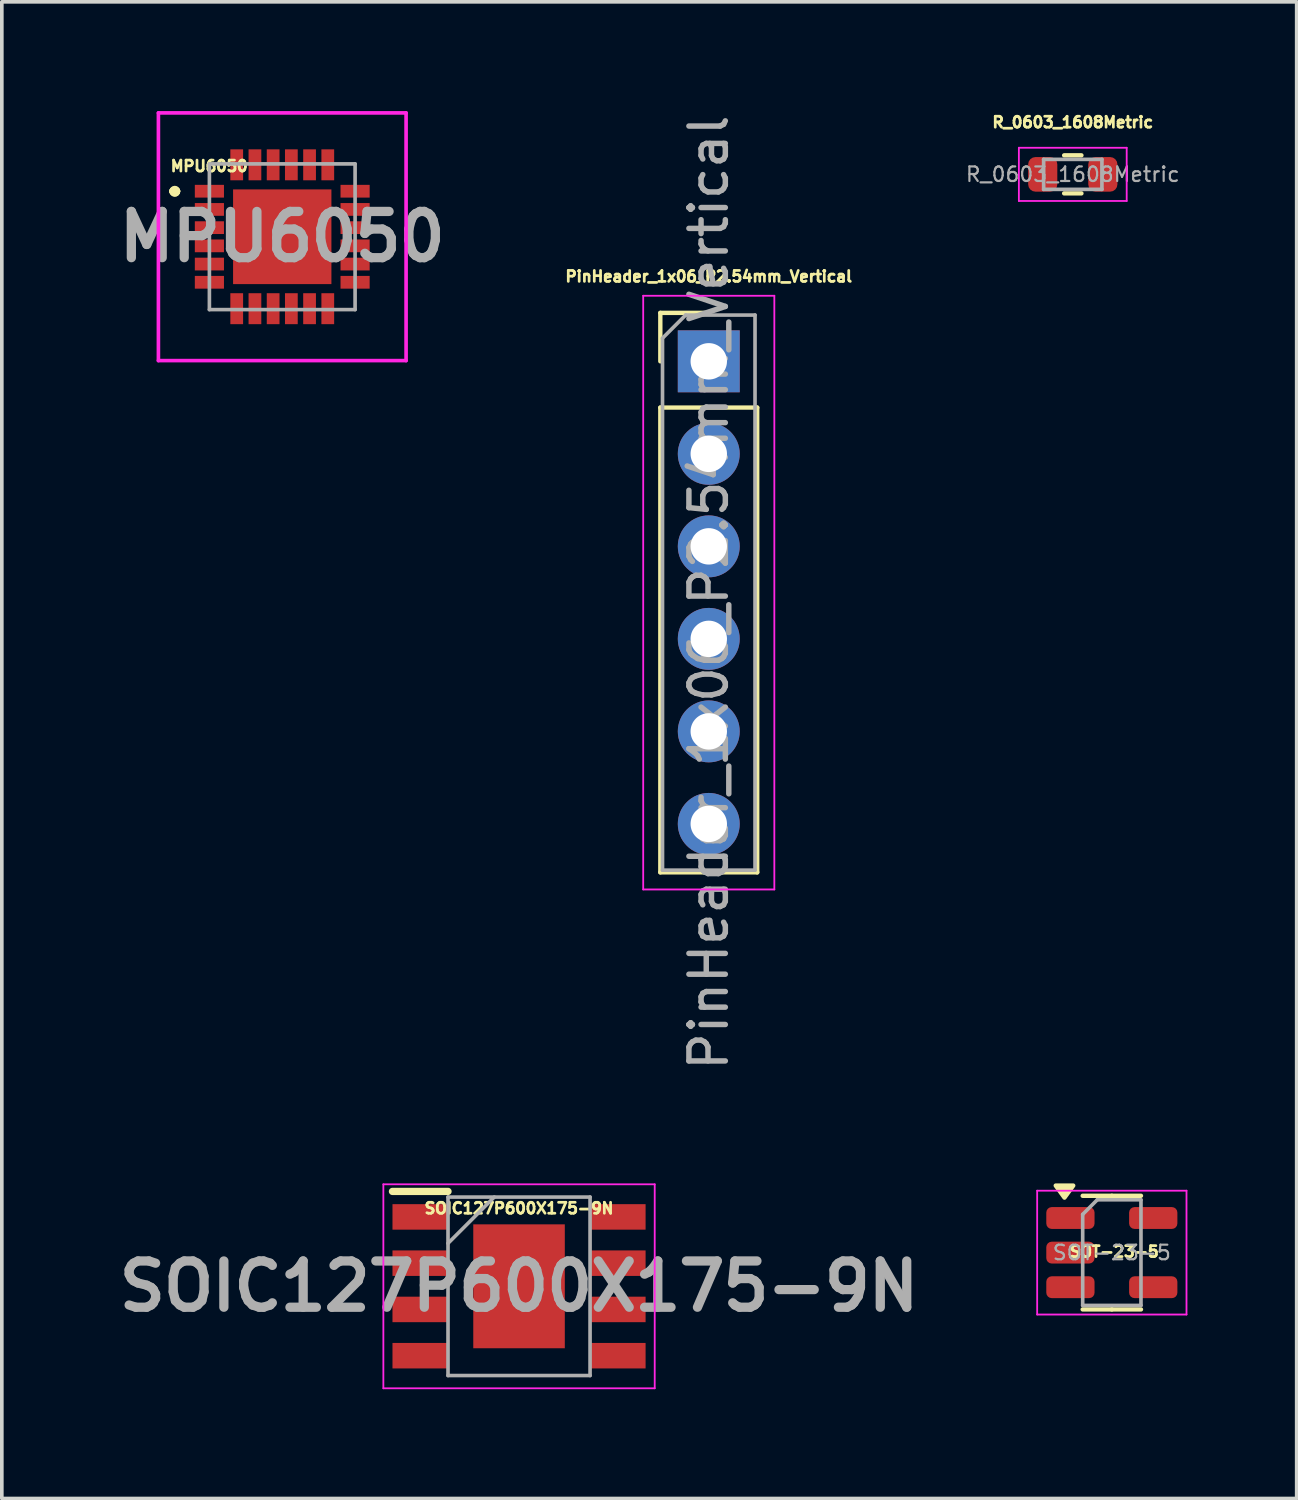
<source format=kicad_pcb>
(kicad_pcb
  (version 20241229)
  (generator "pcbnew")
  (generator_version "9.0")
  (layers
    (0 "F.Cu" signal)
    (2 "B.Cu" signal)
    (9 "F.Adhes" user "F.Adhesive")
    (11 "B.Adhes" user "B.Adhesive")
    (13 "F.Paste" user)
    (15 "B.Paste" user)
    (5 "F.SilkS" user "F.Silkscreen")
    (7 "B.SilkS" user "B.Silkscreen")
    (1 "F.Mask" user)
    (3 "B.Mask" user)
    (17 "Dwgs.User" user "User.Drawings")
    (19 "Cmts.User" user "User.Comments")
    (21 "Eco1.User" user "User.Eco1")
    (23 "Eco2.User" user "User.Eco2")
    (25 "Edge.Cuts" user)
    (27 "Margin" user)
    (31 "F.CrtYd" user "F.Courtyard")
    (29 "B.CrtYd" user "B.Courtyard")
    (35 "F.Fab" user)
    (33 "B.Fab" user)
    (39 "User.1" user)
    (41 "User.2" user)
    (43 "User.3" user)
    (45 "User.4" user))
  (footprint "SOIC127P600X175-9N"
    (layer "F.Cu")
    (at 11.2 32.265)
    (property "Reference" "SOIC127P600X175-9N" (at -0.001 -2.141 180) (layer "F.SilkS") (effects (font (size 0.3 0.3) (thickness 0.075))))
    (attr smd)
    (fp_line (start -3.475 -2.605) (end -1.95 -2.605) (stroke (width 0.2) (type solid)) (layer "F.SilkS"))
    (fp_line (start -3.725 -2.8) (end 3.725 -2.8) (stroke (width 0.05) (type solid)) (layer "F.CrtYd"))
    (fp_line (start -3.725 2.8) (end -3.725 -2.8) (stroke (width 0.05) (type solid)) (layer "F.CrtYd"))
    (fp_line (start 3.725 -2.8) (end 3.725 2.8) (stroke (width 0.05) (type solid)) (layer "F.CrtYd"))
    (fp_line (start 3.725 2.8) (end -3.725 2.8) (stroke (width 0.05) (type solid)) (layer "F.CrtYd"))
    (fp_line (start -1.95 -2.45) (end 1.95 -2.45) (stroke (width 0.1) (type solid)) (layer "F.Fab"))
    (fp_line (start -1.95 -1.18) (end -0.68 -2.45) (stroke (width 0.1) (type solid)) (layer "F.Fab"))
    (fp_line (start -1.95 2.45) (end -1.95 -2.45) (stroke (width 0.1) (type solid)) (layer "F.Fab"))
    (fp_line (start 1.95 -2.45) (end 1.95 2.45) (stroke (width 0.1) (type solid)) (layer "F.Fab"))
    (fp_line (start 1.95 2.45) (end -1.95 2.45) (stroke (width 0.1) (type solid)) (layer "F.Fab"))
    (fp_text user "${REFERENCE}" (at 0 0 180) (layer "F.Fab") (effects (font (size 1.27 1.27) (thickness 0.254))))
    (pad "1" smd rect (at -2.712 -1.905 90) (size 0.7 1.525) (layers "F.Cu" "F.Mask" "F.Paste"))
    (pad "2" smd rect (at -2.712 -0.635 90) (size 0.7 1.525) (layers "F.Cu" "F.Mask" "F.Paste"))
    (pad "3" smd rect (at -2.712 0.635 90) (size 0.7 1.525) (layers "F.Cu" "F.Mask" "F.Paste"))
    (pad "4" smd rect (at -2.712 1.905 90) (size 0.7 1.525) (layers "F.Cu" "F.Mask" "F.Paste"))
    (pad "5" smd rect (at 2.712 1.905 90) (size 0.7 1.525) (layers "F.Cu" "F.Mask" "F.Paste"))
    (pad "6" smd rect (at 2.712 0.635 90) (size 0.7 1.525) (layers "F.Cu" "F.Mask" "F.Paste"))
    (pad "7" smd rect (at 2.712 -0.635 90) (size 0.7 1.525) (layers "F.Cu" "F.Mask" "F.Paste"))
    (pad "8" smd rect (at 2.712 -1.905 90) (size 0.7 1.525) (layers "F.Cu" "F.Mask" "F.Paste"))
    (pad "9" smd rect (at 0 0) (size 2.513 3.402) (layers "F.Cu" "F.Mask" "F.Paste")))
  (footprint "PinHeader_1x06_P2.54mm_Vertical"
    (layer "F.Cu")
    (at 16.409 6.87)
    (property "Reference" "PinHeader_1x06_P2.54mm_Vertical" (at 0 -2.33 0) (layer "F.SilkS") (effects (font (size 0.3 0.3) (thickness 0.075))))
    (attr through_hole exclude_from_bom)
    (fp_line (start -1.33 -1.33) (end 0 -1.33) (stroke (width 0.12) (type solid)) (layer "F.SilkS"))
    (fp_line (start -1.33 0) (end -1.33 -1.33) (stroke (width 0.12) (type solid)) (layer "F.SilkS"))
    (fp_line (start -1.33 1.27) (end -1.33 14.03) (stroke (width 0.12) (type solid)) (layer "F.SilkS"))
    (fp_line (start -1.33 1.27) (end 1.33 1.27) (stroke (width 0.12) (type solid)) (layer "F.SilkS"))
    (fp_line (start -1.33 14.03) (end 1.33 14.03) (stroke (width 0.12) (type solid)) (layer "F.SilkS"))
    (fp_line (start 1.33 1.27) (end 1.33 14.03) (stroke (width 0.12) (type solid)) (layer "F.SilkS"))
    (fp_line (start -1.8 -1.8) (end -1.8 14.5) (stroke (width 0.05) (type solid)) (layer "F.CrtYd"))
    (fp_line (start -1.8 14.5) (end 1.8 14.5) (stroke (width 0.05) (type solid)) (layer "F.CrtYd"))
    (fp_line (start 1.8 -1.8) (end -1.8 -1.8) (stroke (width 0.05) (type solid)) (layer "F.CrtYd"))
    (fp_line (start 1.8 14.5) (end 1.8 -1.8) (stroke (width 0.05) (type solid)) (layer "F.CrtYd"))
    (fp_line (start -1.27 -0.635) (end -0.635 -1.27) (stroke (width 0.1) (type solid)) (layer "F.Fab"))
    (fp_line (start -1.27 13.97) (end -1.27 -0.635) (stroke (width 0.1) (type solid)) (layer "F.Fab"))
    (fp_line (start -0.635 -1.27) (end 1.27 -1.27) (stroke (width 0.1) (type solid)) (layer "F.Fab"))
    (fp_line (start 1.27 -1.27) (end 1.27 13.97) (stroke (width 0.1) (type solid)) (layer "F.Fab"))
    (fp_line (start 1.27 13.97) (end -1.27 13.97) (stroke (width 0.1) (type solid)) (layer "F.Fab"))
    (fp_text user "${REFERENCE}" (at 0 6.35 90) (layer "F.Fab") (effects (font (size 1 1) (thickness 0.15))))
    (pad "1" thru_hole rect (at 0 0) (size 1.7 1.7) (drill 1) (layers "*.Cu" "*.Mask"))
    (pad "2" thru_hole oval (at 0 2.54) (size 1.7 1.7) (drill 1) (layers "*.Cu" "*.Mask"))
    (pad "3" thru_hole oval (at 0 5.08) (size 1.7 1.7) (drill 1) (layers "*.Cu" "*.Mask"))
    (pad "4" thru_hole oval (at 0 7.62) (size 1.7 1.7) (drill 1) (layers "*.Cu" "*.Mask"))
    (pad "5" thru_hole oval (at 0 10.16) (size 1.7 1.7) (drill 1) (layers "*.Cu" "*.Mask"))
    (pad "6" thru_hole oval (at 0 12.7) (size 1.7 1.7) (drill 1) (layers "*.Cu" "*.Mask")))
  (footprint "MPU6050"
    (layer "F.Cu")
    (at 4.699 3.45)
    (property "Reference" "MPU6050" (at -2.005 -1.939 0) (layer "F.SilkS") (effects (font (size 0.3 0.3) (thickness 0.075))))
    (attr smd)
    (fp_line (start -3 -1.25) (end -3 -1.25) (stroke (width 0.2) (type solid)) (layer "F.SilkS"))
    (fp_line (start -3 -1.25) (end -3 -1.25) (stroke (width 0.2) (type solid)) (layer "F.SilkS"))
    (fp_line (start -2.9 -1.25) (end -2.9 -1.25) (stroke (width 0.2) (type solid)) (layer "F.SilkS"))
    (fp_arc (start -3 -1.25) (mid -2.95 -1.3) (end -2.9 -1.25) (stroke (width 0.2) (type solid)) (layer "F.SilkS"))
    (fp_arc (start -2.9 -1.25) (mid -2.95 -1.2) (end -3 -1.25) (stroke (width 0.2) (type solid)) (layer "F.SilkS"))
    (fp_arc (start -2.9 -1.25) (mid -2.95 -1.2) (end -3 -1.25) (stroke (width 0.2) (type solid)) (layer "F.SilkS"))
    (fp_line (start -3.4 -3.4) (end 3.4 -3.4) (stroke (width 0.1) (type solid)) (layer "F.CrtYd"))
    (fp_line (start -3.4 3.4) (end -3.4 -3.4) (stroke (width 0.1) (type solid)) (layer "F.CrtYd"))
    (fp_line (start 3.4 -3.4) (end 3.4 3.4) (stroke (width 0.1) (type solid)) (layer "F.CrtYd"))
    (fp_line (start 3.4 3.4) (end -3.4 3.4) (stroke (width 0.1) (type solid)) (layer "F.CrtYd"))
    (fp_line (start -2 -2) (end 2 -2) (stroke (width 0.1) (type solid)) (layer "F.Fab"))
    (fp_line (start -2 2) (end -2 -2) (stroke (width 0.1) (type solid)) (layer "F.Fab"))
    (fp_line (start 2 -2) (end 2 2) (stroke (width 0.1) (type solid)) (layer "F.Fab"))
    (fp_line (start 2 2) (end -2 2) (stroke (width 0.1) (type solid)) (layer "F.Fab"))
    (fp_text user "${REFERENCE}" (at 0 0 0) (layer "F.Fab") (effects (font (size 1.27 1.27) (thickness 0.254))))
    (pad "1" smd rect (at -2 -1.25 90) (size 0.35 0.8) (layers "F.Cu" "F.Mask" "F.Paste"))
    (pad "2" smd rect (at -2 -0.75 90) (size 0.35 0.8) (layers "F.Cu" "F.Mask" "F.Paste"))
    (pad "3" smd rect (at -2 -0.25 90) (size 0.35 0.8) (layers "F.Cu" "F.Mask" "F.Paste"))
    (pad "4" smd rect (at -2 0.25 90) (size 0.35 0.8) (layers "F.Cu" "F.Mask" "F.Paste"))
    (pad "5" smd rect (at -2 0.75 90) (size 0.35 0.8) (layers "F.Cu" "F.Mask" "F.Paste"))
    (pad "6" smd rect (at -2 1.25 90) (size 0.35 0.8) (layers "F.Cu" "F.Mask" "F.Paste"))
    (pad "7" smd rect (at -1.25 1.975) (size 0.35 0.85) (layers "F.Cu" "F.Mask" "F.Paste"))
    (pad "8" smd rect (at -0.75 1.975) (size 0.35 0.85) (layers "F.Cu" "F.Mask" "F.Paste"))
    (pad "9" smd rect (at -0.25 1.975) (size 0.35 0.85) (layers "F.Cu" "F.Mask" "F.Paste"))
    (pad "10" smd rect (at 0.25 1.975) (size 0.35 0.85) (layers "F.Cu" "F.Mask" "F.Paste"))
    (pad "11" smd rect (at 0.75 1.975) (size 0.35 0.85) (layers "F.Cu" "F.Mask" "F.Paste"))
    (pad "12" smd rect (at 1.25 1.975) (size 0.35 0.85) (layers "F.Cu" "F.Mask" "F.Paste"))
    (pad "13" smd rect (at 2 1.25 90) (size 0.35 0.8) (layers "F.Cu" "F.Mask" "F.Paste"))
    (pad "14" smd rect (at 2 0.75 90) (size 0.35 0.8) (layers "F.Cu" "F.Mask" "F.Paste"))
    (pad "15" smd rect (at 2 0.25 90) (size 0.35 0.8) (layers "F.Cu" "F.Mask" "F.Paste"))
    (pad "16" smd rect (at 2 -0.25 90) (size 0.35 0.8) (layers "F.Cu" "F.Mask" "F.Paste"))
    (pad "17" smd rect (at 2 -0.75 90) (size 0.35 0.8) (layers "F.Cu" "F.Mask" "F.Paste"))
    (pad "18" smd rect (at 2 -1.25 90) (size 0.35 0.8) (layers "F.Cu" "F.Mask" "F.Paste"))
    (pad "19" smd rect (at 1.25 -1.975) (size 0.35 0.85) (layers "F.Cu" "F.Mask" "F.Paste"))
    (pad "20" smd rect (at 0.75 -1.975) (size 0.35 0.85) (layers "F.Cu" "F.Mask" "F.Paste"))
    (pad "21" smd rect (at 0.25 -1.975) (size 0.35 0.85) (layers "F.Cu" "F.Mask" "F.Paste"))
    (pad "22" smd rect (at -0.25 -1.975) (size 0.35 0.85) (layers "F.Cu" "F.Mask" "F.Paste"))
    (pad "23" smd rect (at -0.75 -1.975) (size 0.35 0.85) (layers "F.Cu" "F.Mask" "F.Paste"))
    (pad "24" smd rect (at -1.25 -1.975) (size 0.35 0.85) (layers "F.Cu" "F.Mask" "F.Paste"))
    (pad "25" smd rect (at 0 0 90) (size 2.6 2.7) (layers "F.Cu" "F.Mask" "F.Paste")))
  (footprint "SOT-23-5"
    (layer "F.Cu")
    (at 27.475 31.34)
    (property "Reference" "SOT-23-5" (at 0.066 -0.026 180) (layer "F.SilkS") (effects (font (size 0.3 0.3) (thickness 0.15))))
    (attr smd)
    (fp_line (start 0 -1.56) (end -0.8 -1.56) (stroke (width 0.12) (type solid)) (layer "F.SilkS"))
    (fp_line (start 0 -1.56) (end 0.8 -1.56) (stroke (width 0.12) (type solid)) (layer "F.SilkS"))
    (fp_line (start 0 1.56) (end -0.8 1.56) (stroke (width 0.12) (type solid)) (layer "F.SilkS"))
    (fp_line (start 0 1.56) (end 0.8 1.56) (stroke (width 0.12) (type solid)) (layer "F.SilkS"))
    (fp_poly (pts (xy -1.3 -1.51) (xy -1.54 -1.84) (xy -1.06 -1.84) (xy -1.3 -1.51)) (stroke (width 0.12) (type solid)) (fill yes) (layer "F.SilkS"))
    (fp_line (start -2.05 -1.7) (end -2.05 1.7) (stroke (width 0.05) (type solid)) (layer "F.CrtYd"))
    (fp_line (start -2.05 1.7) (end 2.05 1.7) (stroke (width 0.05) (type solid)) (layer "F.CrtYd"))
    (fp_line (start 2.05 -1.7) (end -2.05 -1.7) (stroke (width 0.05) (type solid)) (layer "F.CrtYd"))
    (fp_line (start 2.05 1.7) (end 2.05 -1.7) (stroke (width 0.05) (type solid)) (layer "F.CrtYd"))
    (fp_line (start -0.8 -1.05) (end -0.4 -1.45) (stroke (width 0.1) (type solid)) (layer "F.Fab"))
    (fp_line (start -0.8 1.45) (end -0.8 -1.05) (stroke (width 0.1) (type solid)) (layer "F.Fab"))
    (fp_line (start -0.4 -1.45) (end 0.8 -1.45) (stroke (width 0.1) (type solid)) (layer "F.Fab"))
    (fp_line (start 0.8 -1.45) (end 0.8 1.45) (stroke (width 0.1) (type solid)) (layer "F.Fab"))
    (fp_line (start 0.8 1.45) (end -0.8 1.45) (stroke (width 0.1) (type solid)) (layer "F.Fab"))
    (fp_text user "${REFERENCE}" (at 0 0 180) (layer "F.Fab") (effects (font (size 0.4 0.4) (thickness 0.06))))
    (pad "1" smd roundrect (at -1.137 -0.95) (size 1.325 0.6) (layers "F.Cu" "F.Mask" "F.Paste") (roundrect_rratio 0.25))
    (pad "2" smd roundrect (at -1.137 0) (size 1.325 0.6) (layers "F.Cu" "F.Mask" "F.Paste") (roundrect_rratio 0.25))
    (pad "3" smd roundrect (at -1.137 0.95) (size 1.325 0.6) (layers "F.Cu" "F.Mask" "F.Paste") (roundrect_rratio 0.25))
    (pad "4" smd roundrect (at 1.137 0.95) (size 1.325 0.6) (layers "F.Cu" "F.Mask" "F.Paste") (roundrect_rratio 0.25))
    (pad "5" smd roundrect (at 1.137 -0.95) (size 1.325 0.6) (layers "F.Cu" "F.Mask" "F.Paste") (roundrect_rratio 0.25)))
  (footprint "R_0603_1608Metric"
    (layer "F.Cu")
    (at 26.403 1.737)
    (property "Reference" "R_0603_1608Metric" (at 0 -1.43 0) (layer "F.SilkS") (effects (font (size 0.3 0.3) (thickness 0.15))))
    (attr smd)
    (fp_line (start -0.237 -0.522) (end 0.237 -0.522) (stroke (width 0.12) (type solid)) (layer "F.SilkS"))
    (fp_line (start -0.237 0.522) (end 0.237 0.522) (stroke (width 0.12) (type solid)) (layer "F.SilkS"))
    (fp_line (start -1.48 -0.73) (end 1.48 -0.73) (stroke (width 0.05) (type solid)) (layer "F.CrtYd"))
    (fp_line (start -1.48 0.73) (end -1.48 -0.73) (stroke (width 0.05) (type solid)) (layer "F.CrtYd"))
    (fp_line (start 1.48 -0.73) (end 1.48 0.73) (stroke (width 0.05) (type solid)) (layer "F.CrtYd"))
    (fp_line (start 1.48 0.73) (end -1.48 0.73) (stroke (width 0.05) (type solid)) (layer "F.CrtYd"))
    (fp_line (start -0.8 -0.412) (end 0.8 -0.412) (stroke (width 0.1) (type solid)) (layer "F.Fab"))
    (fp_line (start -0.8 0.412) (end -0.8 -0.412) (stroke (width 0.1) (type solid)) (layer "F.Fab"))
    (fp_line (start 0.8 -0.412) (end 0.8 0.412) (stroke (width 0.1) (type solid)) (layer "F.Fab"))
    (fp_line (start 0.8 0.412) (end -0.8 0.412) (stroke (width 0.1) (type solid)) (layer "F.Fab"))
    (fp_text user "${REFERENCE}" (at 0 0 0) (layer "F.Fab") (effects (font (size 0.4 0.4) (thickness 0.06))))
    (pad "1" smd roundrect (at -0.825 0) (size 0.8 0.95) (layers "F.Cu" "F.Mask" "F.Paste") (roundrect_rratio 0.25))
    (pad "2" smd roundrect (at 0.825 0) (size 0.8 0.95) (layers "F.Cu" "F.Mask" "F.Paste") (roundrect_rratio 0.25)))
  (gr_rect
    (start -3 -3)
    (end 32.55 38.09)
    (stroke (width 0.1) (type default))
    (fill no)
    (layer "Edge.Cuts")))
</source>
